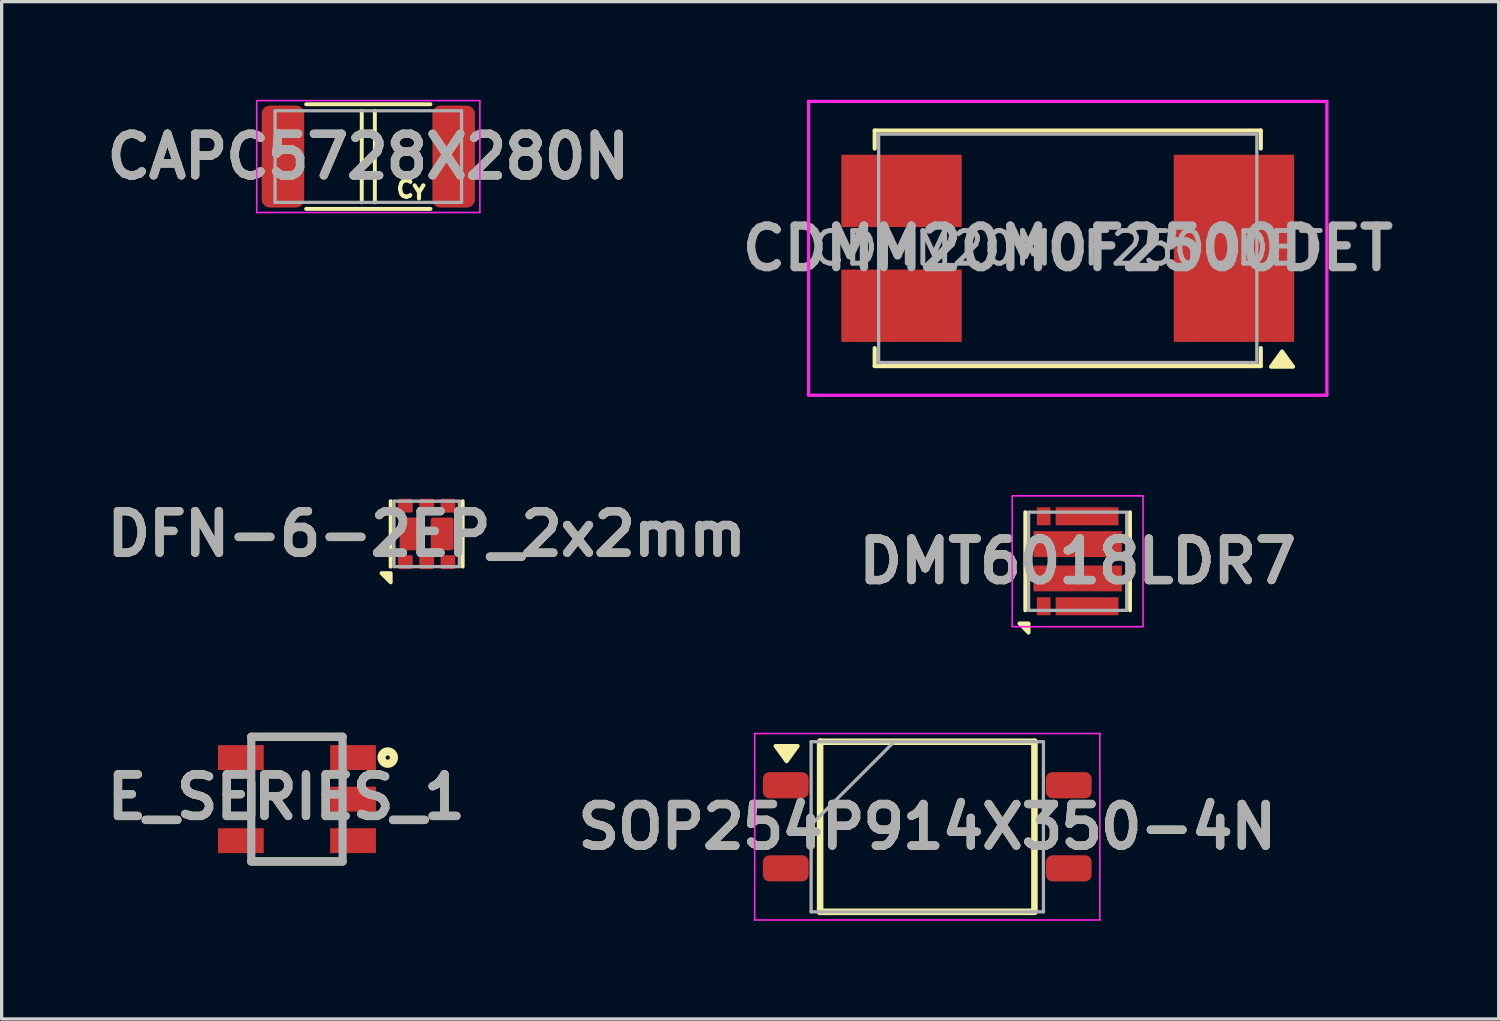
<source format=kicad_pcb>
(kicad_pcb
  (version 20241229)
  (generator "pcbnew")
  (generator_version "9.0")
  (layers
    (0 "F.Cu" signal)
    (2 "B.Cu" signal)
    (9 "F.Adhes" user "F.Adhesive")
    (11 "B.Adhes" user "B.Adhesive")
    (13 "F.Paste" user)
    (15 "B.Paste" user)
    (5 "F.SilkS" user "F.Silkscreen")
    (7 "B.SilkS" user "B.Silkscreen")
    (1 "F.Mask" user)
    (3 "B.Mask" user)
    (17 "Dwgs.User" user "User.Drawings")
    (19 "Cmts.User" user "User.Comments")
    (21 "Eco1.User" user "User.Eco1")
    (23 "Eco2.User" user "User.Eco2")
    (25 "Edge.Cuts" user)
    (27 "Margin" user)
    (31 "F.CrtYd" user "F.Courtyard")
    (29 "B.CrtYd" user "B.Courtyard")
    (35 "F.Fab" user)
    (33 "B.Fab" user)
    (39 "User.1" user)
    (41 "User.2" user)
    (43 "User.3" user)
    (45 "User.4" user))
  (footprint "DFN-6-2EP_2x2mm"
    (layer "F.Cu")
    (at 9.991 13.269)
    (property "Reference" "DFN-6-2EP_2x2mm" (at 0 0 0) (layer "F.SilkS") (effects (font (size 1.27 1.27) (thickness 0.254))))
    (attr smd)
    (fp_line (start -1.1 -1) (end -1.1 1) (stroke (width 0.12) (type solid)) (layer "F.SilkS"))
    (fp_line (start 1.1 -1) (end 1.1 1) (stroke (width 0.12) (type solid)) (layer "F.SilkS"))
    (fp_poly (pts (xy -1.1 1.2) (xy -1.1 1.48) (xy -1.38 1.2) (xy -1.1 1.2)) (stroke (width 0.12) (type solid)) (fill yes) (layer "F.SilkS"))
    (fp_line (start -1 -1) (end -1 1) (stroke (width 0.1) (type solid)) (layer "F.Fab"))
    (fp_line (start -1 1) (end 1 1) (stroke (width 0.1) (type solid)) (layer "F.Fab"))
    (fp_line (start 1 -1) (end -1 -1) (stroke (width 0.1) (type solid)) (layer "F.Fab"))
    (fp_line (start 1 1) (end 1 -1) (stroke (width 0.1) (type solid)) (layer "F.Fab"))
    (fp_text user "${REFERENCE}" (at 0 0 0) (layer "F.Fab") (effects (font (size 1.27 1.27) (thickness 0.254))))
    (pad "1" smd roundrect (at -0.65 0.863 90) (size 0.425 0.45) (layers "F.Cu" "F.Mask" "F.Paste") (roundrect_rratio 0.1))
    (pad "2" smd roundrect (at 0 0.863 90) (size 0.425 0.45) (layers "F.Cu" "F.Mask" "F.Paste") (roundrect_rratio 0.1))
    (pad "3" smd roundrect (at 0.65 0.863 90) (size 0.425 0.45) (layers "F.Cu" "F.Mask" "F.Paste") (roundrect_rratio 0.1))
    (pad "4" smd roundrect (at 0.65 -0.863 90) (size 0.425 0.45) (layers "F.Cu" "F.Mask" "F.Paste") (roundrect_rratio 0.1))
    (pad "5" smd roundrect (at 0 -0.863 90) (size 0.425 0.45) (layers "F.Cu" "F.Mask" "F.Paste") (roundrect_rratio 0.1))
    (pad "6" smd roundrect (at -0.65 -0.863 90) (size 0.425 0.45) (layers "F.Cu" "F.Mask" "F.Paste") (roundrect_rratio 0.1))
    (pad "7" smd roundrect (at -0.475 0) (size 0.7 1) (layers "F.Cu" "F.Mask" "F.Paste") (roundrect_rratio 0.1))
    (pad "8" smd roundrect (at 0.475 0) (size 0.7 1) (layers "F.Cu" "F.Mask" "F.Paste") (roundrect_rratio 0.1)))
  (footprint "DMT6018LDR7"
    (layer "F.Cu")
    (at 29.888 14.105)
    (property "Reference" "DMT6018LDR7" (at 0 0 0) (layer "F.SilkS") (effects (font (size 1.27 1.27) (thickness 0.254))))
    (attr smd)
    (fp_line (start -1.6 -1.5) (end -1.6 1.5) (stroke (width 0.12) (type solid)) (layer "F.SilkS"))
    (fp_line (start 1.6 -1.5) (end 1.6 1.5) (stroke (width 0.12) (type solid)) (layer "F.SilkS"))
    (fp_poly (pts (xy -1.5 1.9) (xy -1.5 2.18) (xy -1.78 1.9) (xy -1.5 1.9)) (stroke (width 0.12) (type solid)) (fill yes) (layer "F.SilkS"))
    (fp_rect (start -2 -2) (end 2 2) (stroke (width 0.05) (type default)) (fill no) (layer "F.CrtYd"))
    (fp_line (start -1.5 -1.5) (end 1.5 -1.5) (stroke (width 0.1) (type solid)) (layer "F.Fab"))
    (fp_line (start -1.5 1.5) (end -1.5 -1.5) (stroke (width 0.1) (type solid)) (layer "F.Fab"))
    (fp_line (start 1.5 -1.5) (end 1.5 1.5) (stroke (width 0.1) (type solid)) (layer "F.Fab"))
    (fp_line (start 1.5 1.5) (end -1.5 1.5) (stroke (width 0.1) (type solid)) (layer "F.Fab"))
    (fp_text user "${REFERENCE}" (at 0 0 0) (layer "F.Fab") (effects (font (size 1.27 1.27) (thickness 0.254))))
    (pad "1" smd rect (at -1.038 1.375) (size 0.42 0.55) (layers "F.Cu" "F.Mask" "F.Paste"))
    (pad "2" smd rect (at 0.287 1.375 90) (size 0.55 1.92) (layers "F.Cu" "F.Mask" "F.Paste"))
    (pad "3" smd rect (at 0.287 -1.375 90) (size 0.55 1.92) (layers "F.Cu" "F.Mask" "F.Paste"))
    (pad "4" smd rect (at -1.038 -1.375) (size 0.42 0.55) (layers "F.Cu" "F.Mask" "F.Paste"))
    (pad "5" smd rect (at 0 0.525 90) (size 0.79 2.7) (layers "F.Cu" "F.Mask" "F.Paste"))
    (pad "6" smd rect (at 0 -0.525 90) (size 0.79 2.7) (layers "F.Cu" "F.Mask" "F.Paste")))
  (footprint "CAPC5728X280N"
    (layer "F.Cu")
    (at 8.207 1.735)
    (property "Reference" "CAPC5728X280N" (at 0 0 180) (layer "F.SilkS") (effects (font (size 1.27 1.27) (thickness 0.254))))
    (attr smd)
    (fp_line (start -1.9 -1.6) (end 1.9 -1.6) (stroke (width 0.12) (type solid)) (layer "F.SilkS"))
    (fp_line (start -1.9 1.6) (end 1.9 1.6) (stroke (width 0.12) (type solid)) (layer "F.SilkS"))
    (fp_line (start -0.2 -1.4) (end -0.2 1.4) (stroke (width 0.12) (type solid)) (layer "F.SilkS"))
    (fp_line (start 0.2 -1.4) (end 0.2 1.4) (stroke (width 0.12) (type solid)) (layer "F.SilkS"))
    (fp_line (start -3.41 -1.71) (end 3.41 -1.71) (stroke (width 0.05) (type solid)) (layer "F.CrtYd"))
    (fp_line (start -3.41 1.71) (end -3.41 -1.71) (stroke (width 0.05) (type solid)) (layer "F.CrtYd"))
    (fp_line (start 3.41 -1.71) (end 3.41 1.71) (stroke (width 0.05) (type solid)) (layer "F.CrtYd"))
    (fp_line (start 3.41 1.71) (end -3.41 1.71) (stroke (width 0.05) (type solid)) (layer "F.CrtYd"))
    (fp_line (start -2.85 -1.4) (end 2.85 -1.4) (stroke (width 0.1) (type solid)) (layer "F.Fab"))
    (fp_line (start -2.85 1.4) (end -2.85 -1.4) (stroke (width 0.1) (type solid)) (layer "F.Fab"))
    (fp_line (start 2.85 -1.4) (end 2.85 1.4) (stroke (width 0.1) (type solid)) (layer "F.Fab"))
    (fp_line (start 2.85 1.4) (end -2.85 1.4) (stroke (width 0.1) (type solid)) (layer "F.Fab"))
    (fp_text user "C_{Y}" (at 1.3 1 0) (unlocked yes) (layer "F.SilkS") (effects (font (size 0.5 0.5) (thickness 0.125) (bold yes))))
    (fp_text user "${REFERENCE}" (at 0 0 180) (layer "F.Fab") (effects (font (size 1.27 1.27) (thickness 0.254))))
    (pad "1" smd roundrect (at -2.61 0) (size 1.3 3.12) (layers "F.Cu" "F.Mask" "F.Paste") (roundrect_rratio 0.192))
    (pad "2" smd roundrect (at 2.61 0) (size 1.3 3.12) (layers "F.Cu" "F.Mask" "F.Paste") (roundrect_rratio 0.192)))
  (footprint "E_SERIES_1"
    (layer "F.Cu")
    (at 6.025 21.375)
    (property "Reference" "E_SERIES_1" (at -0.328 -0.061 0) (layer "F.SilkS") (effects (font (size 1.27 1.27) (thickness 0.254))))
    (attr smd)
    (fp_line (start -1.395 -1.905) (end 1.395 -1.905) (stroke (width 0.25) (type solid)) (layer "F.SilkS"))
    (fp_line (start -1.395 -0.5) (end -1.395 0.5) (stroke (width 0.25) (type solid)) (layer "F.SilkS"))
    (fp_line (start 1.395 1.905) (end -1.395 1.905) (stroke (width 0.25) (type solid)) (layer "F.SilkS"))
    (fp_circle (center 2.776 -1.27) (end 2.776 -1.206) (stroke (width 0.25) (type solid)) (fill no) (layer "F.SilkS"))
    (fp_line (start -1.395 -1.905) (end 1.395 -1.905) (stroke (width 0.25) (type solid)) (layer "F.Fab"))
    (fp_line (start -1.395 1.905) (end -1.395 -1.905) (stroke (width 0.25) (type solid)) (layer "F.Fab"))
    (fp_line (start 1.395 -1.905) (end 1.395 1.905) (stroke (width 0.25) (type solid)) (layer "F.Fab"))
    (fp_line (start 1.395 1.905) (end -1.395 1.905) (stroke (width 0.25) (type solid)) (layer "F.Fab"))
    (fp_text user "${REFERENCE}" (at -0.328 -0.061 0) (layer "F.Fab") (effects (font (size 1.27 1.27) (thickness 0.254))))
    (pad "1" smd rect (at 1.715 -1.27 90) (size 0.76 1.4) (layers "F.Cu" "F.Mask" "F.Paste"))
    (pad "2" smd rect (at 1.715 0 90) (size 0.76 1.4) (layers "F.Cu" "F.Mask" "F.Paste"))
    (pad "3" smd rect (at 1.715 1.27 90) (size 0.76 1.4) (layers "F.Cu" "F.Mask" "F.Paste"))
    (pad "4" smd rect (at -1.715 1.27 90) (size 0.76 1.4) (layers "F.Cu" "F.Mask" "F.Paste"))
    (pad "5" smd rect (at -1.715 -1.27 90) (size 0.76 1.4) (layers "F.Cu" "F.Mask" "F.Paste")))
  (footprint "SOP254P914X350-4N"
    (layer "F.Cu")
    (at 25.292 22.22)
    (property "Reference" "SOP254P914X350-4N" (at 0 0 0) (layer "F.SilkS") (effects (font (size 1.27 1.27) (thickness 0.254))))
    (attr smd)
    (fp_line (start -3.275 -2.6) (end 3.275 -2.6) (stroke (width 0.2) (type solid)) (layer "F.SilkS"))
    (fp_line (start -3.275 2.6) (end -3.275 -2.6) (stroke (width 0.2) (type solid)) (layer "F.SilkS"))
    (fp_line (start 3.275 -2.6) (end 3.275 2.6) (stroke (width 0.2) (type solid)) (layer "F.SilkS"))
    (fp_line (start 3.275 2.6) (end -3.275 2.6) (stroke (width 0.2) (type solid)) (layer "F.SilkS"))
    (fp_poly (pts (xy -4.3 -2) (xy -4.64 -2.47) (xy -3.96 -2.47) (xy -4.3 -2)) (stroke (width 0.12) (type solid)) (fill yes) (layer "F.SilkS"))
    (fp_line (start -5.275 -2.85) (end 5.275 -2.85) (stroke (width 0.05) (type solid)) (layer "F.CrtYd"))
    (fp_line (start -5.275 2.85) (end -5.275 -2.85) (stroke (width 0.05) (type solid)) (layer "F.CrtYd"))
    (fp_line (start 5.275 -2.85) (end 5.275 2.85) (stroke (width 0.05) (type solid)) (layer "F.CrtYd"))
    (fp_line (start 5.275 2.85) (end -5.275 2.85) (stroke (width 0.05) (type solid)) (layer "F.CrtYd"))
    (fp_line (start -3.55 -2.6) (end 3.55 -2.6) (stroke (width 0.1) (type solid)) (layer "F.Fab"))
    (fp_line (start -3.55 -0.06) (end -1.01 -2.6) (stroke (width 0.1) (type solid)) (layer "F.Fab"))
    (fp_line (start -3.55 2.6) (end -3.55 -2.6) (stroke (width 0.1) (type solid)) (layer "F.Fab"))
    (fp_line (start 3.55 -2.6) (end 3.55 2.6) (stroke (width 0.1) (type solid)) (layer "F.Fab"))
    (fp_line (start 3.55 2.6) (end -3.55 2.6) (stroke (width 0.1) (type solid)) (layer "F.Fab"))
    (fp_text user "${REFERENCE}" (at 0 0 0) (layer "F.Fab") (effects (font (size 1.27 1.27) (thickness 0.254))))
    (pad "1" smd roundrect (at -4.325 -1.27 90) (size 0.8 1.4) (layers "F.Cu" "F.Mask" "F.Paste") (roundrect_rratio 0.25))
    (pad "2" smd roundrect (at -4.325 1.27 90) (size 0.8 1.4) (layers "F.Cu" "F.Mask" "F.Paste") (roundrect_rratio 0.25))
    (pad "3" smd roundrect (at 4.325 1.27 90) (size 0.8 1.4) (layers "F.Cu" "F.Mask" "F.Paste") (roundrect_rratio 0.25))
    (pad "4" smd roundrect (at 4.325 -1.27 90) (size 0.8 1.4) (layers "F.Cu" "F.Mask" "F.Paste") (roundrect_rratio 0.25)))
  (footprint "CDMM20M0F2500DET"
    (layer "F.Cu")
    (at 29.585 4.54)
    (property "Reference" "CDMM20M0F2500DET" (at 0 0 0) (unlocked yes) (layer "F.SilkS") (effects (font (size 1 1) (thickness 0.1))))
    (attr smd)
    (fp_line (start -5.9 -3.6) (end 5.9 -3.6) (stroke (width 0.127) (type solid)) (layer "F.SilkS"))
    (fp_line (start -5.9 -3.05) (end -5.9 -3.6) (stroke (width 0.127) (type solid)) (layer "F.SilkS"))
    (fp_line (start -5.9 3.05) (end -5.9 3.6) (stroke (width 0.127) (type solid)) (layer "F.SilkS"))
    (fp_line (start -5.9 3.6) (end 5.9 3.6) (stroke (width 0.127) (type solid)) (layer "F.SilkS"))
    (fp_line (start 5.9 -3.05) (end 5.9 -3.6) (stroke (width 0.127) (type solid)) (layer "F.SilkS"))
    (fp_line (start 5.9 3.6) (end 5.9 3.05) (stroke (width 0.127) (type solid)) (layer "F.SilkS"))
    (fp_poly (pts (xy 6.55 3.15) (xy 6.89 3.62) (xy 6.21 3.62) (xy 6.55 3.15)) (stroke (width 0.12) (type solid)) (fill yes) (layer "F.SilkS"))
    (fp_line (start -7.92 -4.49) (end -7.92 4.49) (stroke (width 0.1) (type solid)) (layer "F.CrtYd"))
    (fp_line (start -7.92 4.49) (end 7.92 4.49) (stroke (width 0.1) (type solid)) (layer "F.CrtYd"))
    (fp_line (start 7.92 -4.49) (end -7.92 -4.49) (stroke (width 0.1) (type solid)) (layer "F.CrtYd"))
    (fp_line (start 7.92 4.49) (end 7.92 -4.49) (stroke (width 0.1) (type solid)) (layer "F.CrtYd"))
    (fp_line (start -5.78 -3.49) (end -5.78 3.49) (stroke (width 0.1) (type solid)) (layer "F.Fab"))
    (fp_line (start -5.78 3.49) (end 5.78 3.49) (stroke (width 0.1) (type solid)) (layer "F.Fab"))
    (fp_line (start 5.78 -3.49) (end -5.78 -3.49) (stroke (width 0.1) (type solid)) (layer "F.Fab"))
    (fp_line (start 5.78 3.49) (end 5.78 -3.49) (stroke (width 0.1) (type solid)) (layer "F.Fab"))
    (fp_text user "${REFERENCE}" (at 0 0 0) (unlocked yes) (layer "F.Fab") (effects (font (size 1 1) (thickness 0.15))))
    (fp_text user "${REFERENCE}" (at 0 0 180) (layer "F.Fab") (effects (font (size 1.27 1.27) (thickness 0.254))))
    (pad "1" smd rect (at 5.08 0) (size 3.68 5.72) (layers "F.Cu" "F.Mask" "F.Paste"))
    (pad "2" smd rect (at -5.08 -1.755 90) (size 2.21 3.68) (layers "F.Cu" "F.Mask" "F.Paste"))
    (pad "3" smd rect (at -5.08 1.755 90) (size 2.21 3.68) (layers "F.Cu" "F.Mask" "F.Paste")))
  (gr_rect
    (start -3 -3)
    (end 42.757 28.095)
    (stroke (width 0.1) (type default))
    (fill no)
    (layer "Edge.Cuts")))
</source>
